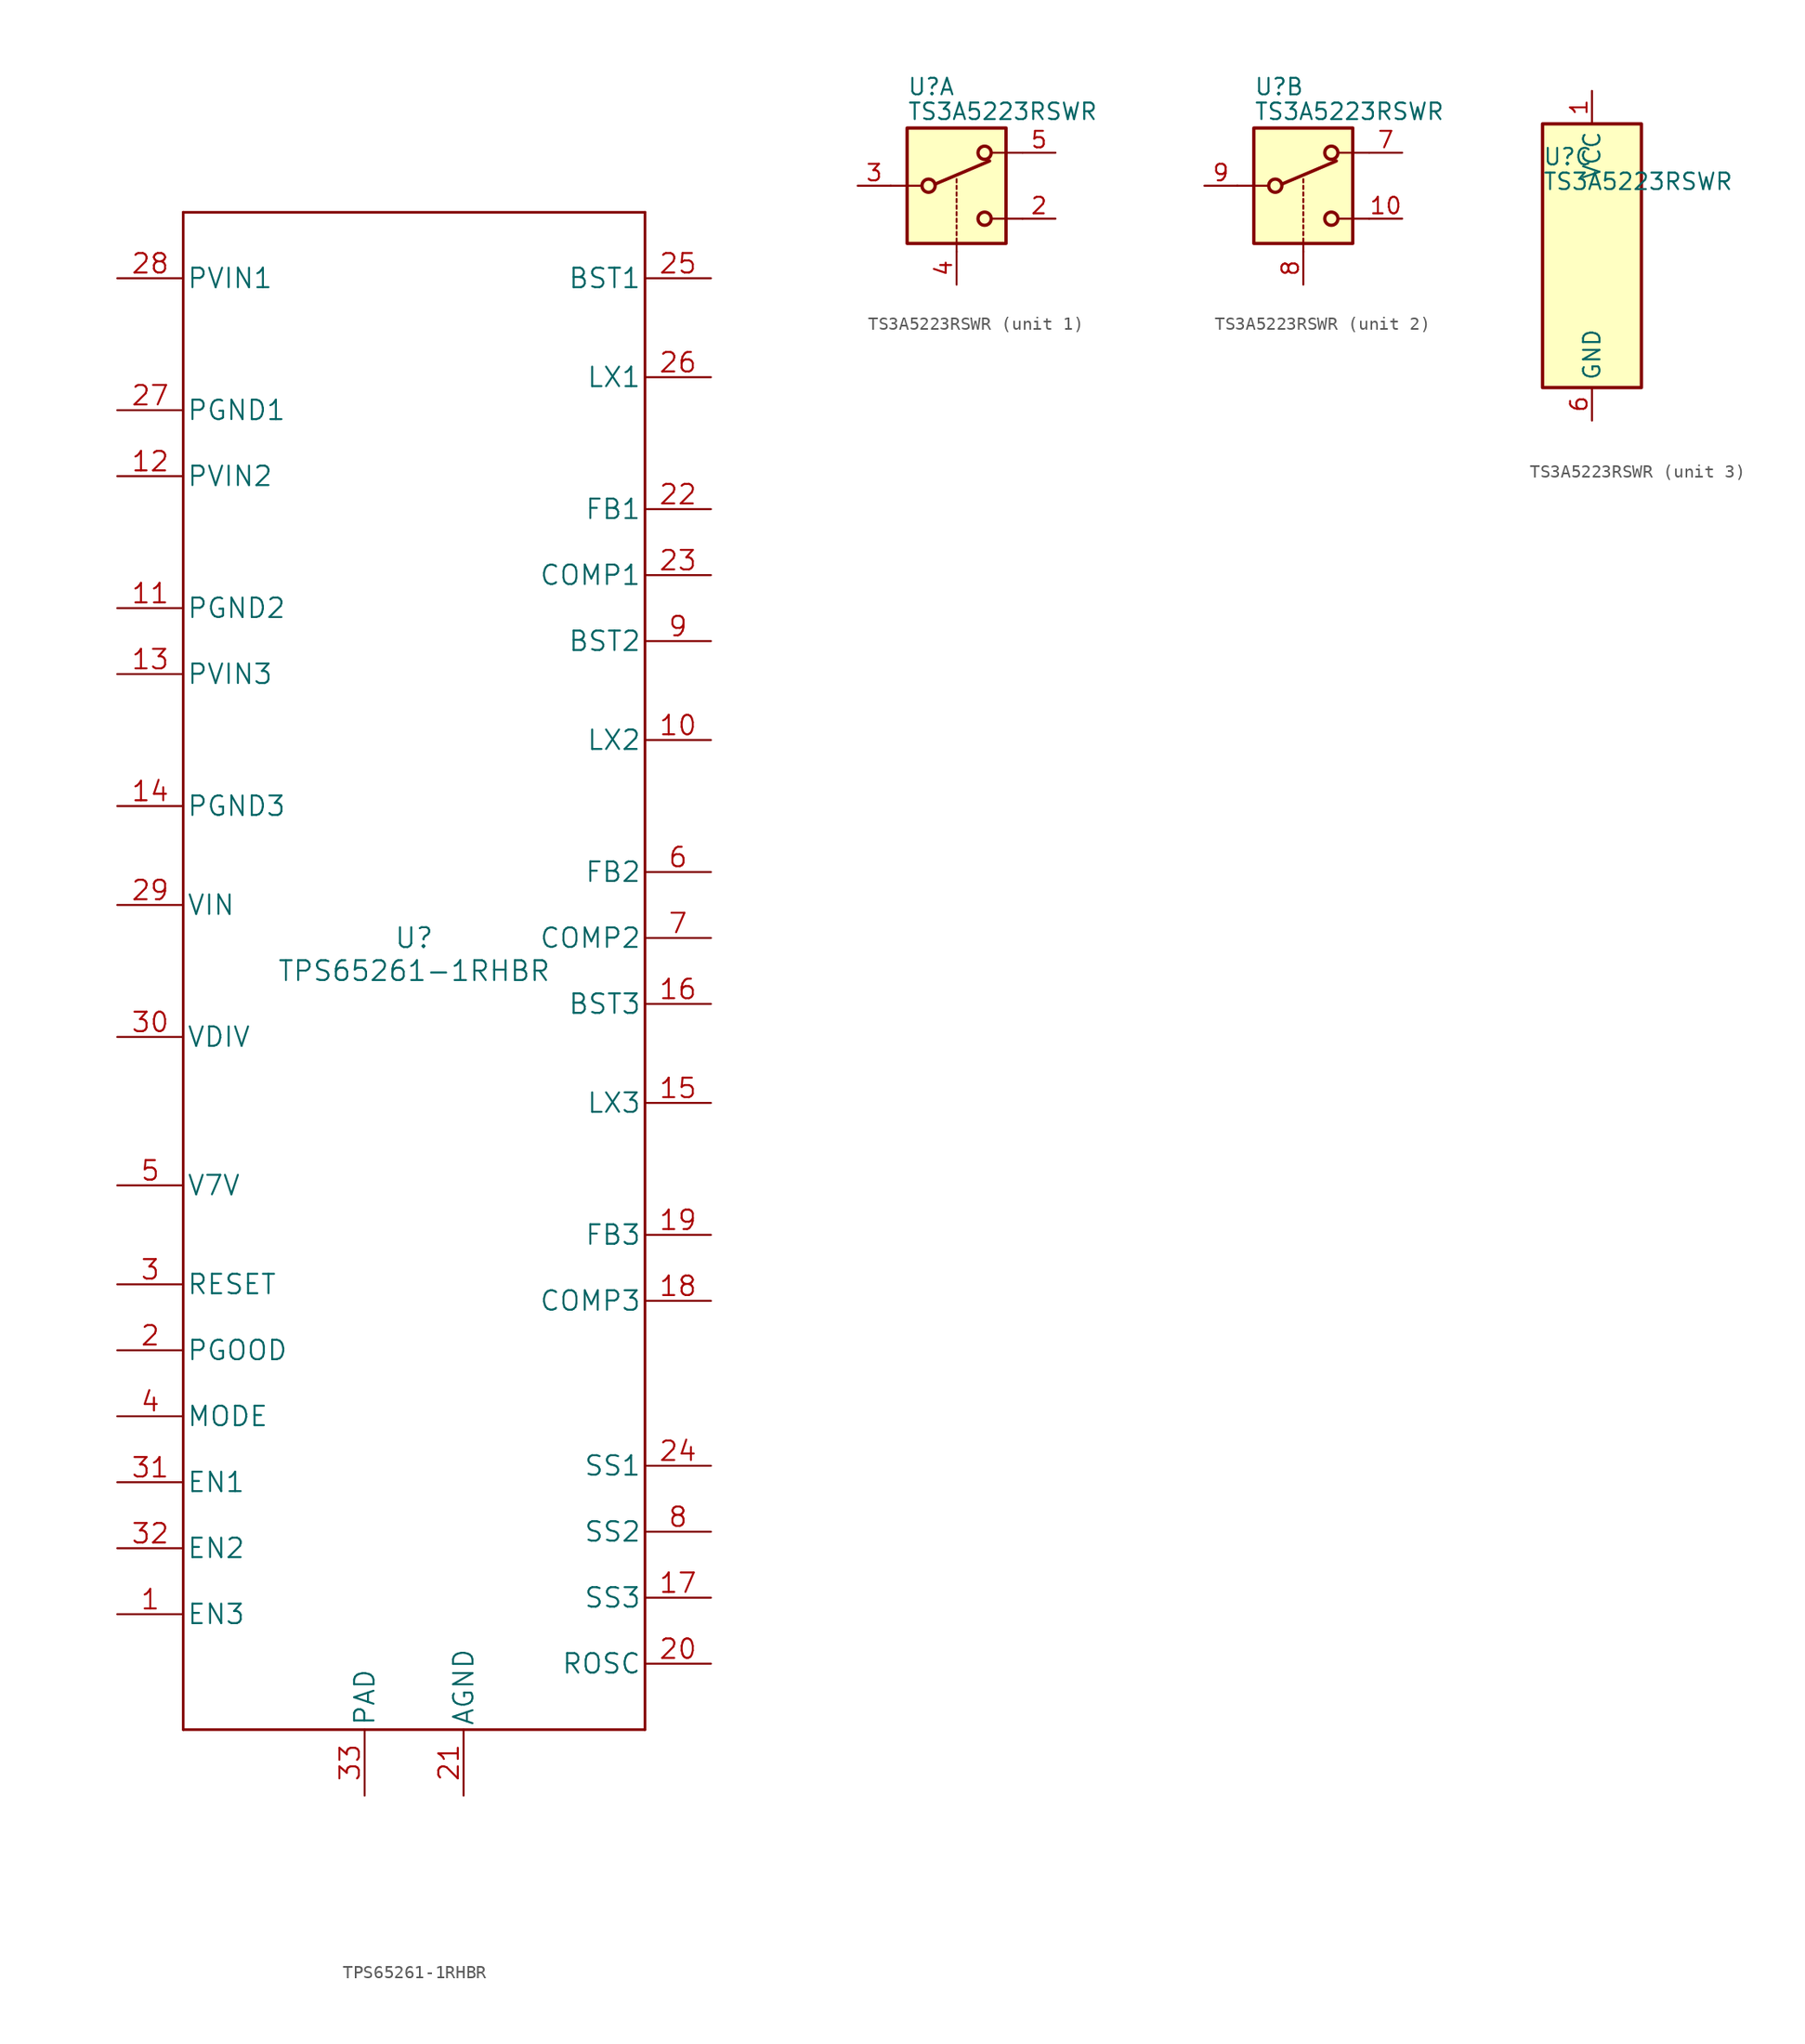
<source format=kicad_sym>
(kicad_symbol_lib
  (version 20231120)
  (generator "kicad_symbol_editor")
  (generator_version "8.0")
  (symbol "TPS65261-1RHBR"
    (pin_names
      (offset 0.254))
    (property "Reference" "U"
      (at 0 2.54 0)
      (effects (font (size 1.524 1.524))))
    (property "Value" "TPS65261-1RHBR"
      (at 0 0 0)
      (effects (font (size 1.524 1.524))))
    (property "Datasheet" ""
      (at 0 0 0)
      (effects (font (size 1.524 1.524))))
    (property "ki_locked" ""
      (at 0 0 0)
      (effects (font (size 1.27 1.27))))
    (symbol "TPS65261-1RHBR_1_1"
      (polyline (pts (xy -17.78 -58.42) (xy 17.78 -58.42)) (stroke (width 0.203) (type default)) (fill (type none)))
      (polyline (pts (xy -17.78 58.42) (xy -17.78 -58.42)) (stroke (width 0.203) (type default)) (fill (type none)))
      (polyline (pts (xy 17.78 -58.42) (xy 17.78 58.42)) (stroke (width 0.203) (type default)) (fill (type none)))
      (polyline (pts (xy 17.78 58.42) (xy -17.78 58.42)) (stroke (width 0.203) (type default)) (fill (type none)))
      (pin input line (at -22.86 -49.53 0) (length 5.08) (name "EN3" (effects (font (size 1.499 1.499)))) (number "1" (effects (font (size 1.499 1.499)))))
      (pin power_in line (at 22.86 17.78 180) (length 5.08) (name "LX2" (effects (font (size 1.499 1.499)))) (number "10" (effects (font (size 1.499 1.499)))))
      (pin power_in line (at -22.86 27.94 0) (length 5.08) (name "PGND2" (effects (font (size 1.499 1.499)))) (number "11" (effects (font (size 1.499 1.499)))))
      (pin power_in line (at -22.86 38.1 0) (length 5.08) (name "PVIN2" (effects (font (size 1.499 1.499)))) (number "12" (effects (font (size 1.499 1.499)))))
      (pin power_in line (at -22.86 22.86 0) (length 5.08) (name "PVIN3" (effects (font (size 1.499 1.499)))) (number "13" (effects (font (size 1.499 1.499)))))
      (pin power_in line (at -22.86 12.7 0) (length 5.08) (name "PGND3" (effects (font (size 1.499 1.499)))) (number "14" (effects (font (size 1.499 1.499)))))
      (pin power_in line (at 22.86 -10.16 180) (length 5.08) (name "LX3" (effects (font (size 1.499 1.499)))) (number "15" (effects (font (size 1.499 1.499)))))
      (pin power_in line (at 22.86 -2.54 180) (length 5.08) (name "BST3" (effects (font (size 1.499 1.499)))) (number "16" (effects (font (size 1.499 1.499)))))
      (pin input line (at 22.86 -48.26 180) (length 5.08) (name "SS3" (effects (font (size 1.499 1.499)))) (number "17" (effects (font (size 1.499 1.499)))))
      (pin output line (at 22.86 -25.4 180) (length 5.08) (name "COMP3" (effects (font (size 1.499 1.499)))) (number "18" (effects (font (size 1.499 1.499)))))
      (pin input line (at 22.86 -20.32 180) (length 5.08) (name "FB3" (effects (font (size 1.499 1.499)))) (number "19" (effects (font (size 1.499 1.499)))))
      (pin output line (at -22.86 -29.21 0) (length 5.08) (name "PGOOD" (effects (font (size 1.499 1.499)))) (number "2" (effects (font (size 1.499 1.499)))))
      (pin input line (at 22.86 -53.34 180) (length 5.08) (name "ROSC" (effects (font (size 1.499 1.499)))) (number "20" (effects (font (size 1.499 1.499)))))
      (pin power_in line (at 3.81 -63.5 90) (length 5.08) (name "AGND" (effects (font (size 1.499 1.499)))) (number "21" (effects (font (size 1.499 1.499)))))
      (pin input line (at 22.86 35.56 180) (length 5.08) (name "FB1" (effects (font (size 1.499 1.499)))) (number "22" (effects (font (size 1.499 1.499)))))
      (pin output line (at 22.86 30.48 180) (length 5.08) (name "COMP1" (effects (font (size 1.499 1.499)))) (number "23" (effects (font (size 1.499 1.499)))))
      (pin input line (at 22.86 -38.1 180) (length 5.08) (name "SS1" (effects (font (size 1.499 1.499)))) (number "24" (effects (font (size 1.499 1.499)))))
      (pin power_in line (at 22.86 53.34 180) (length 5.08) (name "BST1" (effects (font (size 1.499 1.499)))) (number "25" (effects (font (size 1.499 1.499)))))
      (pin power_in line (at 22.86 45.72 180) (length 5.08) (name "LX1" (effects (font (size 1.499 1.499)))) (number "26" (effects (font (size 1.499 1.499)))))
      (pin power_in line (at -22.86 43.18 0) (length 5.08) (name "PGND1" (effects (font (size 1.499 1.499)))) (number "27" (effects (font (size 1.499 1.499)))))
      (pin power_in line (at -22.86 53.34 0) (length 5.08) (name "PVIN1" (effects (font (size 1.499 1.499)))) (number "28" (effects (font (size 1.499 1.499)))))
      (pin power_in line (at -22.86 5.08 0) (length 5.08) (name "VIN" (effects (font (size 1.499 1.499)))) (number "29" (effects (font (size 1.499 1.499)))))
      (pin input line (at -22.86 -24.13 0) (length 5.08) (name "RESET" (effects (font (size 1.499 1.499)))) (number "3" (effects (font (size 1.499 1.499)))))
      (pin input line (at -22.86 -5.08 0) (length 5.08) (name "VDIV" (effects (font (size 1.499 1.499)))) (number "30" (effects (font (size 1.499 1.499)))))
      (pin input line (at -22.86 -39.37 0) (length 5.08) (name "EN1" (effects (font (size 1.499 1.499)))) (number "31" (effects (font (size 1.499 1.499)))))
      (pin input line (at -22.86 -44.45 0) (length 5.08) (name "EN2" (effects (font (size 1.499 1.499)))) (number "32" (effects (font (size 1.499 1.499)))))
      (pin unspecified line (at -3.81 -63.5 90) (length 5.08) (name "PAD" (effects (font (size 1.499 1.499)))) (number "33" (effects (font (size 1.499 1.499)))))
      (pin input line (at -22.86 -34.29 0) (length 5.08) (name "MODE" (effects (font (size 1.499 1.499)))) (number "4" (effects (font (size 1.499 1.499)))))
      (pin power_in line (at -22.86 -16.51 0) (length 5.08) (name "V7V" (effects (font (size 1.499 1.499)))) (number "5" (effects (font (size 1.499 1.499)))))
      (pin input line (at 22.86 7.62 180) (length 5.08) (name "FB2" (effects (font (size 1.499 1.499)))) (number "6" (effects (font (size 1.499 1.499)))))
      (pin output line (at 22.86 2.54 180) (length 5.08) (name "COMP2" (effects (font (size 1.499 1.499)))) (number "7" (effects (font (size 1.499 1.499)))))
      (pin input line (at 22.86 -43.18 180) (length 5.08) (name "SS2" (effects (font (size 1.499 1.499)))) (number "8" (effects (font (size 1.499 1.499)))))
      (pin power_in line (at 22.86 25.4 180) (length 5.08) (name "BST2" (effects (font (size 1.499 1.499)))) (number "9" (effects (font (size 1.499 1.499)))))))
  (symbol "TS3A5223RSWR"
    (property "Reference" "U"
      (at -3.81 7.62 0)
      (effects (font (size 1.27 1.27)) (justify left)))
    (property "Value" "TS3A5223RSWR"
      (at -3.81 5.715 0)
      (effects (font (size 1.27 1.27)) (justify left)))
    (property "ki_locked" ""
      (at 0 0 0)
      (effects (font (size 1.27 1.27))))
    (symbol "TS3A5223RSWR_1_1"
      (rectangle (start -3.81 4.445) (end 3.81 -4.445) (stroke (width 0.254) (type default)) (fill (type background)))
      (circle (center -2.159 0) (radius 0.508) (stroke (width 0.254) (type default)) (fill (type none)))
      (polyline (pts (xy -5.08 0) (xy -2.794 0)) (stroke (width 0) (type default)) (fill (type none)))
      (polyline (pts (xy -1.651 0.127) (xy 2.54 1.905)) (stroke (width 0.254) (type default)) (fill (type none)))
      (polyline (pts (xy 0 -5.08) (xy 0 -4.572)) (stroke (width 0) (type default)) (fill (type none)))
      (polyline (pts (xy 0 -4.318) (xy 0 -4.064)) (stroke (width 0) (type default)) (fill (type none)))
      (polyline (pts (xy 0 -3.81) (xy 0 -3.556)) (stroke (width 0) (type default)) (fill (type none)))
      (polyline (pts (xy 0 -3.302) (xy 0 -3.048)) (stroke (width 0) (type default)) (fill (type none)))
      (polyline (pts (xy 0 -2.794) (xy 0 -2.54)) (stroke (width 0) (type default)) (fill (type none)))
      (polyline (pts (xy 0 -2.286) (xy 0 -2.032)) (stroke (width 0) (type default)) (fill (type none)))
      (polyline (pts (xy 0 -1.778) (xy 0 -1.524)) (stroke (width 0) (type default)) (fill (type none)))
      (polyline (pts (xy 0 -1.27) (xy 0 -1.016)) (stroke (width 0) (type default)) (fill (type none)))
      (polyline (pts (xy 0 -0.762) (xy 0 -0.508)) (stroke (width 0) (type default)) (fill (type none)))
      (polyline (pts (xy 0 -0.254) (xy 0 0)) (stroke (width 0) (type default)) (fill (type none)))
      (polyline (pts (xy 0 0.254) (xy 0 0.508)) (stroke (width 0) (type default)) (fill (type none)))
      (polyline (pts (xy 5.08 -2.54) (xy 2.794 -2.54)) (stroke (width 0) (type default)) (fill (type none)))
      (polyline (pts (xy 5.08 2.54) (xy 2.794 2.54)) (stroke (width 0) (type default)) (fill (type none)))
      (circle (center 2.159 -2.54) (radius 0.508) (stroke (width 0.254) (type default)) (fill (type none)))
      (circle (center 2.159 2.54) (radius 0.508) (stroke (width 0.254) (type default)) (fill (type none)))
      (pin passive line (at 7.62 -2.54 180) (length 2.54) (name "~" (effects (font (size 1.27 1.27)))) (number "2" (effects (font (size 1.27 1.27)))))
      (pin passive line (at -7.62 0 0) (length 2.54) (name "~" (effects (font (size 1.27 1.27)))) (number "3" (effects (font (size 1.27 1.27)))))
      (pin input line (at 0 -7.62 90) (length 2.54) (name "~" (effects (font (size 1.27 1.27)))) (number "4" (effects (font (size 1.27 1.27)))))
      (pin passive line (at 7.62 2.54 180) (length 2.54) (name "~" (effects (font (size 1.27 1.27)))) (number "5" (effects (font (size 1.27 1.27))))))
    (symbol "TS3A5223RSWR_2_1"
      (rectangle (start -3.81 4.445) (end 3.81 -4.445) (stroke (width 0.254) (type default)) (fill (type background)))
      (circle (center -2.159 0) (radius 0.508) (stroke (width 0.254) (type default)) (fill (type none)))
      (polyline (pts (xy -5.08 0) (xy -2.794 0)) (stroke (width 0) (type default)) (fill (type none)))
      (polyline (pts (xy -1.651 0.127) (xy 2.54 1.905)) (stroke (width 0.254) (type default)) (fill (type none)))
      (polyline (pts (xy 0 -5.08) (xy 0 -4.572)) (stroke (width 0) (type default)) (fill (type none)))
      (polyline (pts (xy 0 -4.318) (xy 0 -4.064)) (stroke (width 0) (type default)) (fill (type none)))
      (polyline (pts (xy 0 -3.81) (xy 0 -3.556)) (stroke (width 0) (type default)) (fill (type none)))
      (polyline (pts (xy 0 -3.302) (xy 0 -3.048)) (stroke (width 0) (type default)) (fill (type none)))
      (polyline (pts (xy 0 -2.794) (xy 0 -2.54)) (stroke (width 0) (type default)) (fill (type none)))
      (polyline (pts (xy 0 -2.286) (xy 0 -2.032)) (stroke (width 0) (type default)) (fill (type none)))
      (polyline (pts (xy 0 -1.778) (xy 0 -1.524)) (stroke (width 0) (type default)) (fill (type none)))
      (polyline (pts (xy 0 -1.27) (xy 0 -1.016)) (stroke (width 0) (type default)) (fill (type none)))
      (polyline (pts (xy 0 -0.762) (xy 0 -0.508)) (stroke (width 0) (type default)) (fill (type none)))
      (polyline (pts (xy 0 -0.254) (xy 0 0)) (stroke (width 0) (type default)) (fill (type none)))
      (polyline (pts (xy 0 0.254) (xy 0 0.508)) (stroke (width 0) (type default)) (fill (type none)))
      (polyline (pts (xy 5.08 -2.54) (xy 2.794 -2.54)) (stroke (width 0) (type default)) (fill (type none)))
      (polyline (pts (xy 5.08 2.54) (xy 2.794 2.54)) (stroke (width 0) (type default)) (fill (type none)))
      (circle (center 2.159 -2.54) (radius 0.508) (stroke (width 0.254) (type default)) (fill (type none)))
      (circle (center 2.159 2.54) (radius 0.508) (stroke (width 0.254) (type default)) (fill (type none)))
      (pin passive line (at 7.62 -2.54 180) (length 2.54) (name "~" (effects (font (size 1.27 1.27)))) (number "10" (effects (font (size 1.27 1.27)))))
      (pin passive line (at 7.62 2.54 180) (length 2.54) (name "~" (effects (font (size 1.27 1.27)))) (number "7" (effects (font (size 1.27 1.27)))))
      (pin input line (at 0 -7.62 90) (length 2.54) (name "~" (effects (font (size 1.27 1.27)))) (number "8" (effects (font (size 1.27 1.27)))))
      (pin passive line (at -7.62 0 0) (length 2.54) (name "~" (effects (font (size 1.27 1.27)))) (number "9" (effects (font (size 1.27 1.27))))))
    (symbol "TS3A5223RSWR_3_1"
      (rectangle (start -3.81 10.16) (end 3.81 -10.16) (stroke (width 0.254) (type default)) (fill (type background)))
      (pin power_in line (at 0 12.7 270) (length 2.54) (name "VCC" (effects (font (size 1.27 1.27)))) (number "1" (effects (font (size 1.27 1.27)))))
      (pin power_in line (at 0 -12.7 90) (length 2.54) (name "GND" (effects (font (size 1.27 1.27)))) (number "6" (effects (font (size 1.27 1.27))))))))
</source>
